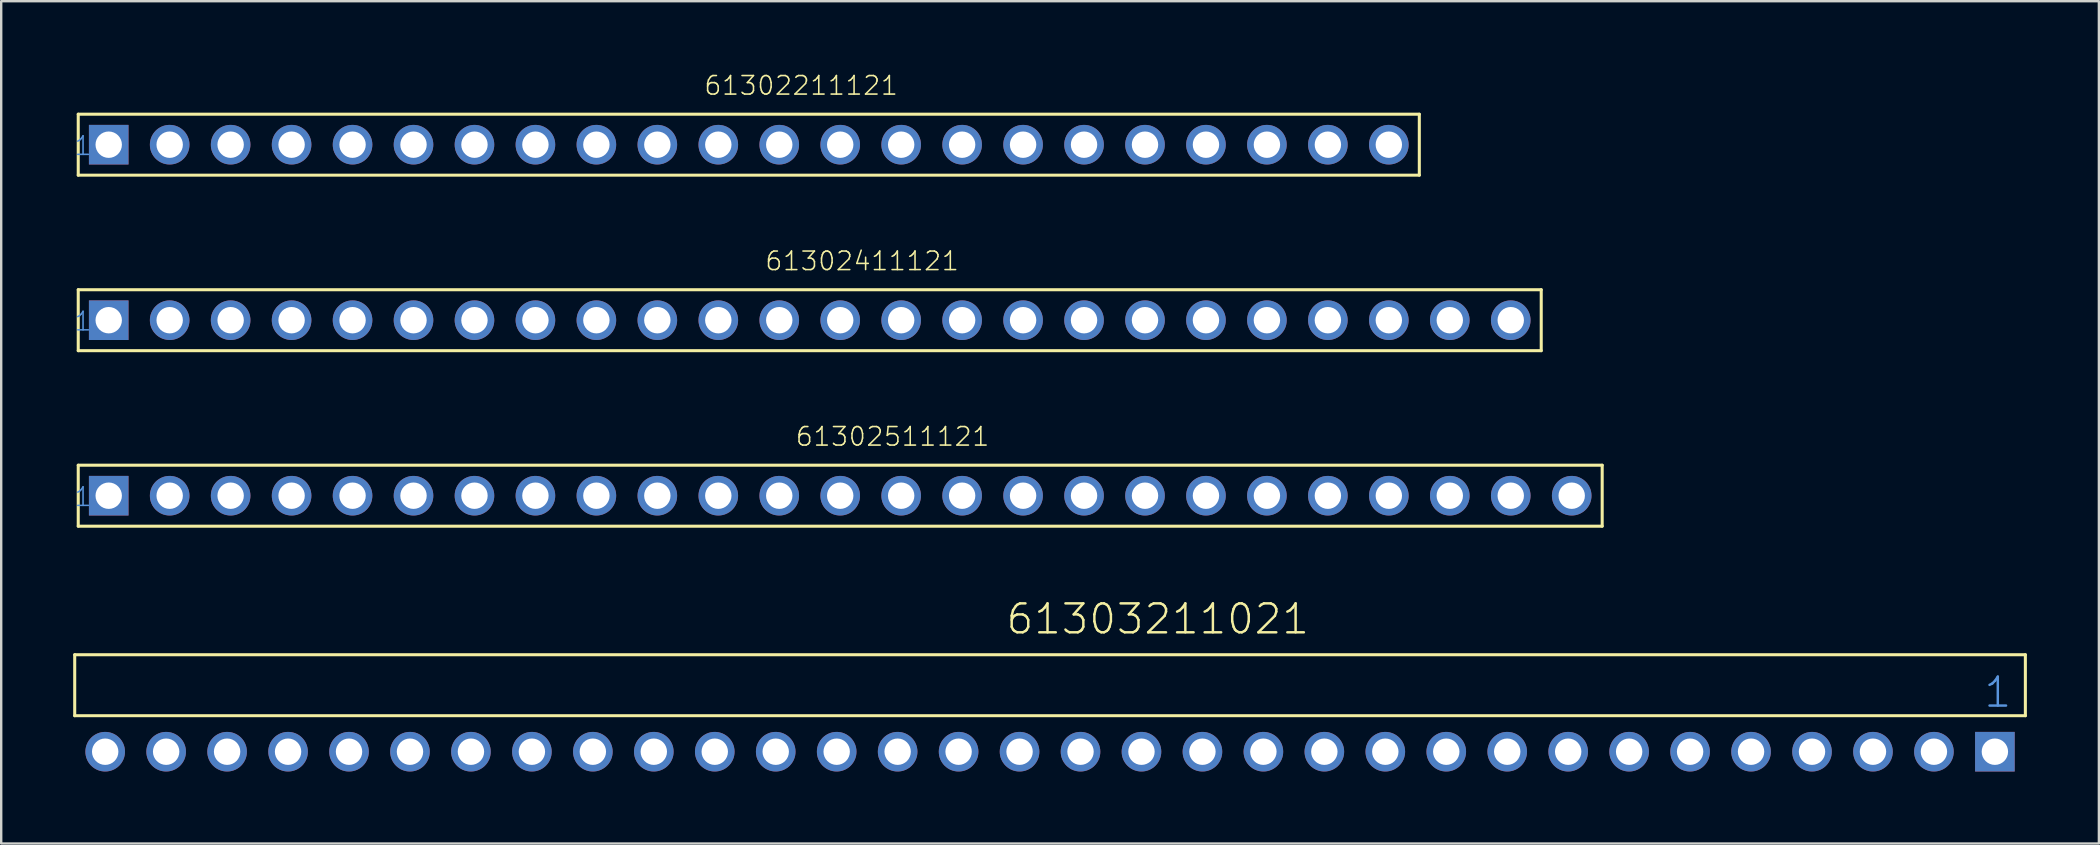
<source format=kicad_pcb>
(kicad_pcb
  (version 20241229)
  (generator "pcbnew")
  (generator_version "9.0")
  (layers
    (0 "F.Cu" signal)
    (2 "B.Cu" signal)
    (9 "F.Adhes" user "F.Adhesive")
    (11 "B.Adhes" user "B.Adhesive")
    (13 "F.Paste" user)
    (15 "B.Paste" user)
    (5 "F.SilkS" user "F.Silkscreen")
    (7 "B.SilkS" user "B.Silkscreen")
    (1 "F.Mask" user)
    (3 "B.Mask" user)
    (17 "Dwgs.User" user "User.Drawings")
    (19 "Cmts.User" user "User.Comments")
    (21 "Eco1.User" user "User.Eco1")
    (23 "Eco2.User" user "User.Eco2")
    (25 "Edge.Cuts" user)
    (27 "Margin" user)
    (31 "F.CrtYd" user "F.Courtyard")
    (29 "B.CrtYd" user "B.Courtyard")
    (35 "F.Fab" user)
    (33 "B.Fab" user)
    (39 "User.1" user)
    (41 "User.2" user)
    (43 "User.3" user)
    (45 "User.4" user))
  (footprint "61303211021"
    (layer "F.Cu")
    (at 40.703 28.272)
    (property "Reference" "61303211021" (at -1.895 -4.822 0) (layer "F.SilkS") (effects (font (size 1.206 1.206) (thickness 0.102)) (justify left bottom)))
    (attr through_hole)
    (fp_line (start -40.64 -4.04) (end 40.64 -4.04) (stroke (width 0.127) (type solid)) (layer "F.SilkS"))
    (fp_line (start -40.64 -1.5) (end -40.64 -4.04) (stroke (width 0.127) (type solid)) (layer "F.SilkS"))
    (fp_line (start 40.64 -4.04) (end 40.64 -1.5) (stroke (width 0.127) (type solid)) (layer "F.SilkS"))
    (fp_line (start 40.64 -1.5) (end -40.64 -1.5) (stroke (width 0.127) (type solid)) (layer "F.SilkS"))
    (fp_text user "1" (at 38.85 -1.77 0) (layer "Cmts.User") (effects (font (size 1.206 1.206) (thickness 0.102)) (justify left bottom)))
    (pad "1" thru_hole rect (at 39.37 0) (size 1.65 1.65) (drill 1.1) (layers "*.Cu" "*.Mask"))
    (pad "2" thru_hole circle (at 36.83 0) (size 1.65 1.65) (drill 1.1) (layers "*.Cu" "*.Mask"))
    (pad "3" thru_hole circle (at 34.29 0) (size 1.65 1.65) (drill 1.1) (layers "*.Cu" "*.Mask"))
    (pad "4" thru_hole circle (at 31.75 0) (size 1.65 1.65) (drill 1.1) (layers "*.Cu" "*.Mask"))
    (pad "5" thru_hole circle (at 29.21 0) (size 1.65 1.65) (drill 1.1) (layers "*.Cu" "*.Mask"))
    (pad "6" thru_hole circle (at 26.67 0) (size 1.65 1.65) (drill 1.1) (layers "*.Cu" "*.Mask"))
    (pad "7" thru_hole circle (at 24.13 0) (size 1.65 1.65) (drill 1.1) (layers "*.Cu" "*.Mask"))
    (pad "8" thru_hole circle (at 21.59 0) (size 1.65 1.65) (drill 1.1) (layers "*.Cu" "*.Mask"))
    (pad "9" thru_hole circle (at 19.05 0) (size 1.65 1.65) (drill 1.1) (layers "*.Cu" "*.Mask"))
    (pad "10" thru_hole circle (at 16.51 0) (size 1.65 1.65) (drill 1.1) (layers "*.Cu" "*.Mask"))
    (pad "11" thru_hole circle (at 13.97 0) (size 1.65 1.65) (drill 1.1) (layers "*.Cu" "*.Mask"))
    (pad "12" thru_hole circle (at 11.43 0) (size 1.65 1.65) (drill 1.1) (layers "*.Cu" "*.Mask"))
    (pad "13" thru_hole circle (at 8.89 0) (size 1.65 1.65) (drill 1.1) (layers "*.Cu" "*.Mask"))
    (pad "14" thru_hole circle (at 6.35 0) (size 1.65 1.65) (drill 1.1) (layers "*.Cu" "*.Mask"))
    (pad "15" thru_hole circle (at 3.81 0) (size 1.65 1.65) (drill 1.1) (layers "*.Cu" "*.Mask"))
    (pad "16" thru_hole circle (at 1.27 0) (size 1.65 1.65) (drill 1.1) (layers "*.Cu" "*.Mask"))
    (pad "17" thru_hole circle (at -1.27 0) (size 1.65 1.65) (drill 1.1) (layers "*.Cu" "*.Mask"))
    (pad "18" thru_hole circle (at -3.81 0) (size 1.65 1.65) (drill 1.1) (layers "*.Cu" "*.Mask"))
    (pad "19" thru_hole circle (at -6.35 0) (size 1.65 1.65) (drill 1.1) (layers "*.Cu" "*.Mask"))
    (pad "20" thru_hole circle (at -8.89 0) (size 1.65 1.65) (drill 1.1) (layers "*.Cu" "*.Mask"))
    (pad "21" thru_hole circle (at -11.43 0) (size 1.65 1.65) (drill 1.1) (layers "*.Cu" "*.Mask"))
    (pad "22" thru_hole circle (at -13.97 0) (size 1.65 1.65) (drill 1.1) (layers "*.Cu" "*.Mask"))
    (pad "23" thru_hole circle (at -16.51 0) (size 1.65 1.65) (drill 1.1) (layers "*.Cu" "*.Mask"))
    (pad "24" thru_hole circle (at -19.05 0) (size 1.65 1.65) (drill 1.1) (layers "*.Cu" "*.Mask"))
    (pad "25" thru_hole circle (at -21.59 0) (size 1.65 1.65) (drill 1.1) (layers "*.Cu" "*.Mask"))
    (pad "26" thru_hole circle (at -24.13 0) (size 1.65 1.65) (drill 1.1) (layers "*.Cu" "*.Mask"))
    (pad "27" thru_hole circle (at -26.67 0) (size 1.65 1.65) (drill 1.1) (layers "*.Cu" "*.Mask"))
    (pad "28" thru_hole circle (at -29.21 0) (size 1.65 1.65) (drill 1.1) (layers "*.Cu" "*.Mask"))
    (pad "29" thru_hole circle (at -31.75 0) (size 1.65 1.65) (drill 1.1) (layers "*.Cu" "*.Mask"))
    (pad "30" thru_hole circle (at -34.29 0) (size 1.65 1.65) (drill 1.1) (layers "*.Cu" "*.Mask"))
    (pad "31" thru_hole circle (at -36.83 0) (size 1.65 1.65) (drill 1.1) (layers "*.Cu" "*.Mask"))
    (pad "32" thru_hole circle (at -39.37 0) (size 1.65 1.65) (drill 1.1) (layers "*.Cu" "*.Mask")))
  (footprint "61302211121"
    (layer "F.Cu")
    (at 28.15 2.979)
    (property "Reference" "61302211121" (at -1.905 -2.012 0) (layer "F.SilkS") (effects (font (size 0.772 0.772) (thickness 0.065)) (justify left bottom)))
    (attr through_hole)
    (fp_line (start -27.94 -1.27) (end -27.94 1.27) (stroke (width 0.127) (type solid)) (layer "F.SilkS"))
    (fp_line (start -27.94 1.27) (end 27.94 1.27) (stroke (width 0.127) (type solid)) (layer "F.SilkS"))
    (fp_line (start 27.94 -1.27) (end -27.94 -1.27) (stroke (width 0.127) (type solid)) (layer "F.SilkS"))
    (fp_line (start 27.94 1.27) (end 27.94 -1.27) (stroke (width 0.127) (type solid)) (layer "F.SilkS"))
    (fp_text user "1" (at -28.15 0.5 0) (layer "Cmts.User") (effects (font (size 0.772 0.772) (thickness 0.065)) (justify left bottom)))
    (pad "1" thru_hole rect (at -26.67 0) (size 1.65 1.65) (drill 1.1) (layers "*.Cu" "*.Mask"))
    (pad "2" thru_hole circle (at -24.13 0) (size 1.65 1.65) (drill 1.1) (layers "*.Cu" "*.Mask"))
    (pad "3" thru_hole circle (at -21.59 0) (size 1.65 1.65) (drill 1.1) (layers "*.Cu" "*.Mask"))
    (pad "4" thru_hole circle (at -19.05 0) (size 1.65 1.65) (drill 1.1) (layers "*.Cu" "*.Mask"))
    (pad "5" thru_hole circle (at -16.51 0) (size 1.65 1.65) (drill 1.1) (layers "*.Cu" "*.Mask"))
    (pad "6" thru_hole circle (at -13.97 0) (size 1.65 1.65) (drill 1.1) (layers "*.Cu" "*.Mask"))
    (pad "7" thru_hole circle (at -11.43 0) (size 1.65 1.65) (drill 1.1) (layers "*.Cu" "*.Mask"))
    (pad "8" thru_hole circle (at -8.89 0) (size 1.65 1.65) (drill 1.1) (layers "*.Cu" "*.Mask"))
    (pad "9" thru_hole circle (at -6.35 0) (size 1.65 1.65) (drill 1.1) (layers "*.Cu" "*.Mask"))
    (pad "10" thru_hole circle (at -3.81 0) (size 1.65 1.65) (drill 1.1) (layers "*.Cu" "*.Mask"))
    (pad "11" thru_hole circle (at -1.27 0) (size 1.65 1.65) (drill 1.1) (layers "*.Cu" "*.Mask"))
    (pad "12" thru_hole circle (at 1.27 0) (size 1.65 1.65) (drill 1.1) (layers "*.Cu" "*.Mask"))
    (pad "13" thru_hole circle (at 3.81 0) (size 1.65 1.65) (drill 1.1) (layers "*.Cu" "*.Mask"))
    (pad "14" thru_hole circle (at 6.35 0) (size 1.65 1.65) (drill 1.1) (layers "*.Cu" "*.Mask"))
    (pad "15" thru_hole circle (at 8.89 0) (size 1.65 1.65) (drill 1.1) (layers "*.Cu" "*.Mask"))
    (pad "16" thru_hole circle (at 11.43 0) (size 1.65 1.65) (drill 1.1) (layers "*.Cu" "*.Mask"))
    (pad "17" thru_hole circle (at 13.97 0) (size 1.65 1.65) (drill 1.1) (layers "*.Cu" "*.Mask"))
    (pad "18" thru_hole circle (at 16.51 0) (size 1.65 1.65) (drill 1.1) (layers "*.Cu" "*.Mask"))
    (pad "19" thru_hole circle (at 19.05 0) (size 1.65 1.65) (drill 1.1) (layers "*.Cu" "*.Mask"))
    (pad "20" thru_hole circle (at 21.59 0) (size 1.65 1.65) (drill 1.1) (layers "*.Cu" "*.Mask"))
    (pad "21" thru_hole circle (at 24.13 0) (size 1.65 1.65) (drill 1.1) (layers "*.Cu" "*.Mask"))
    (pad "22" thru_hole circle (at 26.67 0) (size 1.65 1.65) (drill 1.1) (layers "*.Cu" "*.Mask")))
  (footprint "61302511121"
    (layer "F.Cu")
    (at 31.96 17.605)
    (property "Reference" "61302511121" (at -1.905 -2.012 0) (layer "F.SilkS") (effects (font (size 0.772 0.772) (thickness 0.065)) (justify left bottom)))
    (attr through_hole)
    (fp_line (start -31.75 -1.27) (end -31.75 1.27) (stroke (width 0.127) (type solid)) (layer "F.SilkS"))
    (fp_line (start -31.75 1.27) (end 31.75 1.27) (stroke (width 0.127) (type solid)) (layer "F.SilkS"))
    (fp_line (start 31.75 -1.27) (end -31.75 -1.27) (stroke (width 0.127) (type solid)) (layer "F.SilkS"))
    (fp_line (start 31.75 1.27) (end 31.75 -1.27) (stroke (width 0.127) (type solid)) (layer "F.SilkS"))
    (fp_text user "1" (at -31.96 0.5 0) (layer "Cmts.User") (effects (font (size 0.772 0.772) (thickness 0.065)) (justify left bottom)))
    (pad "1" thru_hole rect (at -30.48 0) (size 1.65 1.65) (drill 1.1) (layers "*.Cu" "*.Mask"))
    (pad "2" thru_hole circle (at -27.94 0) (size 1.65 1.65) (drill 1.1) (layers "*.Cu" "*.Mask"))
    (pad "3" thru_hole circle (at -25.4 0) (size 1.65 1.65) (drill 1.1) (layers "*.Cu" "*.Mask"))
    (pad "4" thru_hole circle (at -22.86 0) (size 1.65 1.65) (drill 1.1) (layers "*.Cu" "*.Mask"))
    (pad "5" thru_hole circle (at -20.32 0) (size 1.65 1.65) (drill 1.1) (layers "*.Cu" "*.Mask"))
    (pad "6" thru_hole circle (at -17.78 0) (size 1.65 1.65) (drill 1.1) (layers "*.Cu" "*.Mask"))
    (pad "7" thru_hole circle (at -15.24 0) (size 1.65 1.65) (drill 1.1) (layers "*.Cu" "*.Mask"))
    (pad "8" thru_hole circle (at -12.7 0) (size 1.65 1.65) (drill 1.1) (layers "*.Cu" "*.Mask"))
    (pad "9" thru_hole circle (at -10.16 0) (size 1.65 1.65) (drill 1.1) (layers "*.Cu" "*.Mask"))
    (pad "10" thru_hole circle (at -7.62 0) (size 1.65 1.65) (drill 1.1) (layers "*.Cu" "*.Mask"))
    (pad "11" thru_hole circle (at -5.08 0) (size 1.65 1.65) (drill 1.1) (layers "*.Cu" "*.Mask"))
    (pad "12" thru_hole circle (at -2.54 0) (size 1.65 1.65) (drill 1.1) (layers "*.Cu" "*.Mask"))
    (pad "13" thru_hole circle (at 0 0) (size 1.65 1.65) (drill 1.1) (layers "*.Cu" "*.Mask"))
    (pad "14" thru_hole circle (at 2.54 0) (size 1.65 1.65) (drill 1.1) (layers "*.Cu" "*.Mask"))
    (pad "15" thru_hole circle (at 5.08 0) (size 1.65 1.65) (drill 1.1) (layers "*.Cu" "*.Mask"))
    (pad "16" thru_hole circle (at 7.62 0) (size 1.65 1.65) (drill 1.1) (layers "*.Cu" "*.Mask"))
    (pad "17" thru_hole circle (at 10.16 0) (size 1.65 1.65) (drill 1.1) (layers "*.Cu" "*.Mask"))
    (pad "18" thru_hole circle (at 12.7 0) (size 1.65 1.65) (drill 1.1) (layers "*.Cu" "*.Mask"))
    (pad "19" thru_hole circle (at 15.24 0) (size 1.65 1.65) (drill 1.1) (layers "*.Cu" "*.Mask"))
    (pad "20" thru_hole circle (at 17.78 0) (size 1.65 1.65) (drill 1.1) (layers "*.Cu" "*.Mask"))
    (pad "21" thru_hole circle (at 20.32 0) (size 1.65 1.65) (drill 1.1) (layers "*.Cu" "*.Mask"))
    (pad "22" thru_hole circle (at 22.86 0) (size 1.65 1.65) (drill 1.1) (layers "*.Cu" "*.Mask"))
    (pad "23" thru_hole circle (at 25.4 0) (size 1.65 1.65) (drill 1.1) (layers "*.Cu" "*.Mask"))
    (pad "24" thru_hole circle (at 27.94 0) (size 1.65 1.65) (drill 1.1) (layers "*.Cu" "*.Mask"))
    (pad "25" thru_hole circle (at 30.48 0) (size 1.65 1.65) (drill 1.1) (layers "*.Cu" "*.Mask")))
  (footprint "61302411121"
    (layer "F.Cu")
    (at 30.69 10.292)
    (property "Reference" "61302411121" (at -1.905 -2.012 0) (layer "F.SilkS") (effects (font (size 0.772 0.772) (thickness 0.065)) (justify left bottom)))
    (attr through_hole)
    (fp_line (start -30.48 -1.27) (end -30.48 1.27) (stroke (width 0.127) (type solid)) (layer "F.SilkS"))
    (fp_line (start -30.48 1.27) (end 30.48 1.27) (stroke (width 0.127) (type solid)) (layer "F.SilkS"))
    (fp_line (start 30.48 -1.27) (end -30.48 -1.27) (stroke (width 0.127) (type solid)) (layer "F.SilkS"))
    (fp_line (start 30.48 1.27) (end 30.48 -1.27) (stroke (width 0.127) (type solid)) (layer "F.SilkS"))
    (fp_text user "1" (at -30.69 0.5 0) (layer "Cmts.User") (effects (font (size 0.772 0.772) (thickness 0.065)) (justify left bottom)))
    (pad "1" thru_hole rect (at -29.21 0) (size 1.65 1.65) (drill 1.1) (layers "*.Cu" "*.Mask"))
    (pad "2" thru_hole circle (at -26.67 0) (size 1.65 1.65) (drill 1.1) (layers "*.Cu" "*.Mask"))
    (pad "3" thru_hole circle (at -24.13 0) (size 1.65 1.65) (drill 1.1) (layers "*.Cu" "*.Mask"))
    (pad "4" thru_hole circle (at -21.59 0) (size 1.65 1.65) (drill 1.1) (layers "*.Cu" "*.Mask"))
    (pad "5" thru_hole circle (at -19.05 0) (size 1.65 1.65) (drill 1.1) (layers "*.Cu" "*.Mask"))
    (pad "6" thru_hole circle (at -16.51 0) (size 1.65 1.65) (drill 1.1) (layers "*.Cu" "*.Mask"))
    (pad "7" thru_hole circle (at -13.97 0) (size 1.65 1.65) (drill 1.1) (layers "*.Cu" "*.Mask"))
    (pad "8" thru_hole circle (at -11.43 0) (size 1.65 1.65) (drill 1.1) (layers "*.Cu" "*.Mask"))
    (pad "9" thru_hole circle (at -8.89 0) (size 1.65 1.65) (drill 1.1) (layers "*.Cu" "*.Mask"))
    (pad "10" thru_hole circle (at -6.35 0) (size 1.65 1.65) (drill 1.1) (layers "*.Cu" "*.Mask"))
    (pad "11" thru_hole circle (at -3.81 0) (size 1.65 1.65) (drill 1.1) (layers "*.Cu" "*.Mask"))
    (pad "12" thru_hole circle (at -1.27 0) (size 1.65 1.65) (drill 1.1) (layers "*.Cu" "*.Mask"))
    (pad "13" thru_hole circle (at 1.27 0) (size 1.65 1.65) (drill 1.1) (layers "*.Cu" "*.Mask"))
    (pad "14" thru_hole circle (at 3.81 0) (size 1.65 1.65) (drill 1.1) (layers "*.Cu" "*.Mask"))
    (pad "15" thru_hole circle (at 6.35 0) (size 1.65 1.65) (drill 1.1) (layers "*.Cu" "*.Mask"))
    (pad "16" thru_hole circle (at 8.89 0) (size 1.65 1.65) (drill 1.1) (layers "*.Cu" "*.Mask"))
    (pad "17" thru_hole circle (at 11.43 0) (size 1.65 1.65) (drill 1.1) (layers "*.Cu" "*.Mask"))
    (pad "18" thru_hole circle (at 13.97 0) (size 1.65 1.65) (drill 1.1) (layers "*.Cu" "*.Mask"))
    (pad "19" thru_hole circle (at 16.51 0) (size 1.65 1.65) (drill 1.1) (layers "*.Cu" "*.Mask"))
    (pad "20" thru_hole circle (at 19.05 0) (size 1.65 1.65) (drill 1.1) (layers "*.Cu" "*.Mask"))
    (pad "21" thru_hole circle (at 21.59 0) (size 1.65 1.65) (drill 1.1) (layers "*.Cu" "*.Mask"))
    (pad "22" thru_hole circle (at 24.13 0) (size 1.65 1.65) (drill 1.1) (layers "*.Cu" "*.Mask"))
    (pad "23" thru_hole circle (at 26.67 0) (size 1.65 1.65) (drill 1.1) (layers "*.Cu" "*.Mask"))
    (pad "24" thru_hole circle (at 29.21 0) (size 1.65 1.65) (drill 1.1) (layers "*.Cu" "*.Mask")))
  (gr_rect
    (start -3 -3)
    (end 84.407 32.097)
    (stroke (width 0.1) (type default))
    (fill no)
    (layer "Edge.Cuts")))
</source>
